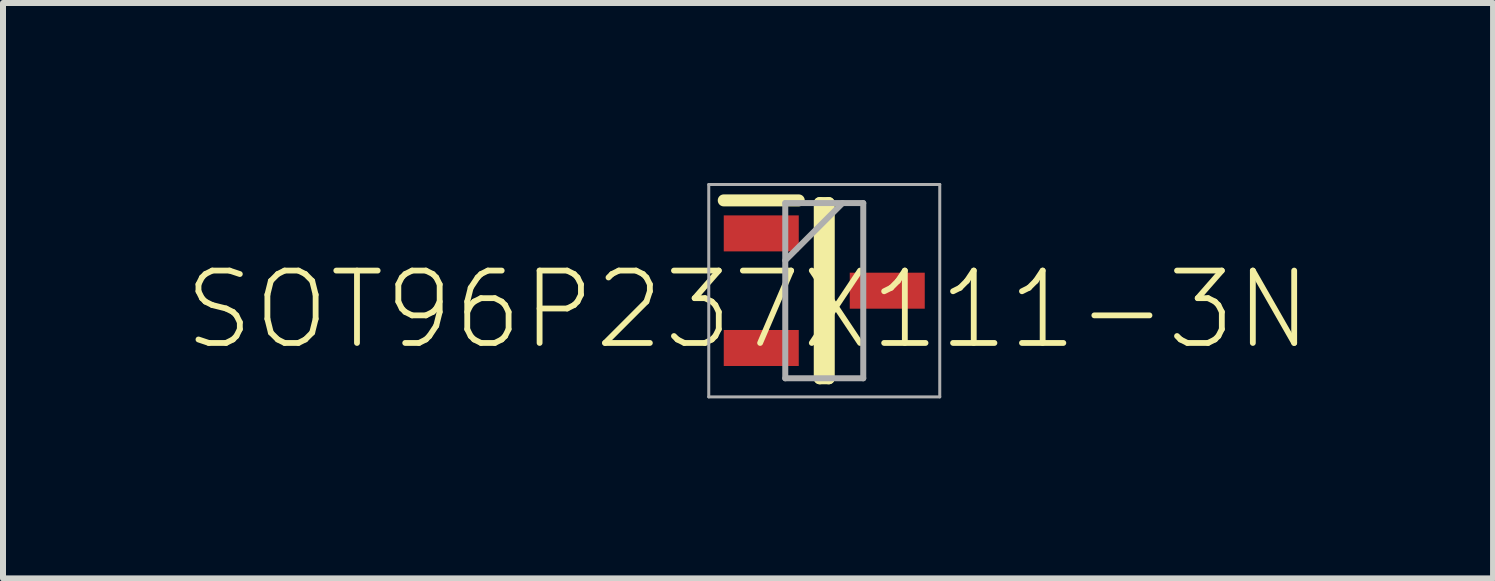
<source format=kicad_pcb>
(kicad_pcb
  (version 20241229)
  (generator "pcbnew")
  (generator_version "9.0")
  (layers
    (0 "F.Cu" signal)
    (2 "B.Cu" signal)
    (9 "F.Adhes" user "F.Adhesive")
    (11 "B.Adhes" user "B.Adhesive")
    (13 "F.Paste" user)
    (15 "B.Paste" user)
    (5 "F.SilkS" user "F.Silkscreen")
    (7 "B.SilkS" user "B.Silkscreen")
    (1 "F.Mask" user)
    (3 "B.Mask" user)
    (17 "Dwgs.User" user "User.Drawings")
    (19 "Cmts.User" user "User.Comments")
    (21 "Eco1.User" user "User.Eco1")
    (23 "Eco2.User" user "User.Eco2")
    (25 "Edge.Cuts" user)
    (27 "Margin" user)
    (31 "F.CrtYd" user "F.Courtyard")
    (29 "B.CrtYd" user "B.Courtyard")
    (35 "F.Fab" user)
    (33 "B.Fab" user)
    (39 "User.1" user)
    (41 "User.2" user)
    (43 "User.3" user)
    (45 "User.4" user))
  (footprint "SOT96P237X111-3N"
    (layer "F.Cu")
    (at 10.688 1.795)
    (property "Reference" "SOT96P237X111-3N" (at -1.27 0.318 0) (layer "F.SilkS") (effects (font (size 1.206 1.206) (thickness 0.097))))
    (attr through_hole)
    (fp_line (start -1.675 -1.505) (end -0.425 -1.505) (stroke (width 0.2) (type solid)) (layer "F.SilkS"))
    (fp_line (start -0.075 -1.46) (end 0.075 -1.46) (stroke (width 0.2) (type solid)) (layer "F.SilkS"))
    (fp_line (start -0.075 1.46) (end -0.075 -1.46) (stroke (width 0.2) (type solid)) (layer "F.SilkS"))
    (fp_line (start 0.075 -1.46) (end 0.075 1.46) (stroke (width 0.2) (type solid)) (layer "F.SilkS"))
    (fp_line (start 0.075 1.46) (end -0.075 1.46) (stroke (width 0.2) (type solid)) (layer "F.SilkS"))
    (fp_line (start -1.925 -1.77) (end 1.925 -1.77) (stroke (width 0.05) (type solid)) (layer "F.Fab"))
    (fp_line (start -1.925 1.77) (end -1.925 -1.77) (stroke (width 0.05) (type solid)) (layer "F.Fab"))
    (fp_line (start -0.65 -1.46) (end 0.65 -1.46) (stroke (width 0.1) (type solid)) (layer "F.Fab"))
    (fp_line (start -0.65 -0.505) (end 0.305 -1.46) (stroke (width 0.1) (type solid)) (layer "F.Fab"))
    (fp_line (start -0.65 1.46) (end -0.65 -1.46) (stroke (width 0.1) (type solid)) (layer "F.Fab"))
    (fp_line (start 0.65 -1.46) (end 0.65 1.46) (stroke (width 0.1) (type solid)) (layer "F.Fab"))
    (fp_line (start 0.65 1.46) (end -0.65 1.46) (stroke (width 0.1) (type solid)) (layer "F.Fab"))
    (fp_line (start 1.925 -1.77) (end 1.925 1.77) (stroke (width 0.05) (type solid)) (layer "F.Fab"))
    (fp_line (start 1.925 1.77) (end -1.925 1.77) (stroke (width 0.05) (type solid)) (layer "F.Fab"))
    (pad "1" smd rect (at -1.05 -0.955) (size 1.25 0.6) (layers "F.Cu" "F.Mask" "F.Paste"))
    (pad "2" smd rect (at -1.05 0.955) (size 1.25 0.6) (layers "F.Cu" "F.Mask" "F.Paste"))
    (pad "3" smd rect (at 1.05 0) (size 1.25 0.6) (layers "F.Cu" "F.Mask" "F.Paste")))
  (gr_rect
    (start -3 -3)
    (end 21.835 6.59)
    (stroke (width 0.1) (type default))
    (fill no)
    (layer "Edge.Cuts")))
</source>
